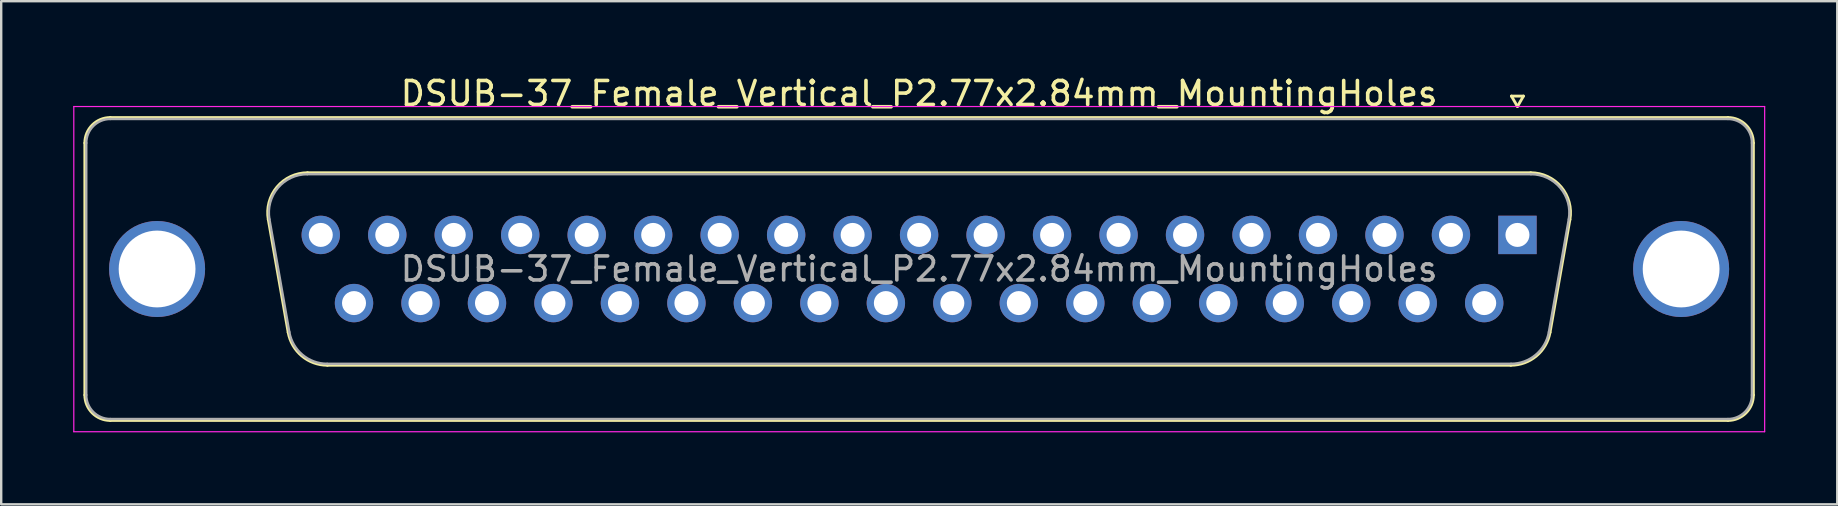
<source format=kicad_pcb>
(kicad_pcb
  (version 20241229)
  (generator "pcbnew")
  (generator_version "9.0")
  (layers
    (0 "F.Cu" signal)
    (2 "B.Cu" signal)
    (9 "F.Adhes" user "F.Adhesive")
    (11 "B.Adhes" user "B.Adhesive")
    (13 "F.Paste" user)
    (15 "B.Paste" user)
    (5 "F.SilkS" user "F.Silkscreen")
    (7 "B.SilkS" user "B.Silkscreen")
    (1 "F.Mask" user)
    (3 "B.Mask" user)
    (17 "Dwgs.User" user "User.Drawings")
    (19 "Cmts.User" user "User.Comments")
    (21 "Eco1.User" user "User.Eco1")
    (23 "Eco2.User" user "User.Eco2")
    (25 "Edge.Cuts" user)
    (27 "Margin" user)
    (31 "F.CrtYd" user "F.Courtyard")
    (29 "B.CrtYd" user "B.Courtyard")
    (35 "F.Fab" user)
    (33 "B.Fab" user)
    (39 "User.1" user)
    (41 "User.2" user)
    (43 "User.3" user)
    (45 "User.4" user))
  (footprint "DSUB-37_Female_Vertical_P2.77x2.84mm_MountingHoles"
    (layer "F.Cu")
    (at 60.175 6.738)
    (property "Reference" "DSUB-37_Female_Vertical_P2.77x2.84mm_MountingHoles" (at -24.93 -5.89 0) (layer "F.SilkS") (effects (font (size 1 1) (thickness 0.15))))
    (attr through_hole)
    (fp_line (start -59.69 6.67) (end -59.69 -3.83) (stroke (width 0.12) (type solid)) (layer "F.SilkS"))
    (fp_line (start -58.63 -4.89) (end 8.77 -4.89) (stroke (width 0.12) (type solid)) (layer "F.SilkS"))
    (fp_line (start -52.046 -0.642) (end -51.218 4.058) (stroke (width 0.12) (type solid)) (layer "F.SilkS"))
    (fp_line (start -50.412 -2.59) (end 0.552 -2.59) (stroke (width 0.12) (type solid)) (layer "F.SilkS"))
    (fp_line (start -49.583 5.43) (end -0.277 5.43) (stroke (width 0.12) (type solid)) (layer "F.SilkS"))
    (fp_line (start -0.25 -5.784) (end 0.25 -5.784) (stroke (width 0.12) (type solid)) (layer "F.SilkS"))
    (fp_line (start 0 -5.351) (end -0.25 -5.784) (stroke (width 0.12) (type solid)) (layer "F.SilkS"))
    (fp_line (start 0.25 -5.784) (end 0 -5.351) (stroke (width 0.12) (type solid)) (layer "F.SilkS"))
    (fp_line (start 2.186 -0.642) (end 1.358 4.058) (stroke (width 0.12) (type solid)) (layer "F.SilkS"))
    (fp_line (start 8.77 7.73) (end -58.63 7.73) (stroke (width 0.12) (type solid)) (layer "F.SilkS"))
    (fp_line (start 9.83 -3.83) (end 9.83 6.67) (stroke (width 0.12) (type solid)) (layer "F.SilkS"))
    (fp_arc (start -59.69 -3.83) (mid -59.379533 -4.579533) (end -58.63 -4.89) (stroke (width 0.12) (type solid)) (layer "F.SilkS"))
    (fp_arc (start -58.63 7.73) (mid -59.379533 7.419533) (end -59.69 6.67) (stroke (width 0.12) (type solid)) (layer "F.SilkS"))
    (fp_arc (start -52.04647 -0.641744) (mid -51.683323 -1.997028) (end -50.411689 -2.59) (stroke (width 0.12) (type solid)) (layer "F.SilkS"))
    (fp_arc (start -49.582952 5.43) (mid -50.649979 5.041634) (end -51.217733 4.058256) (stroke (width 0.12) (type solid)) (layer "F.SilkS"))
    (fp_arc (start 0.551689 -2.59) (mid 1.823323 -1.997027) (end 2.18647 -0.641744) (stroke (width 0.12) (type solid)) (layer "F.SilkS"))
    (fp_arc (start 1.357733 4.058256) (mid 0.78998 5.041634) (end -0.277048 5.43) (stroke (width 0.12) (type solid)) (layer "F.SilkS"))
    (fp_arc (start 8.77 -4.89) (mid 9.519533 -4.579533) (end 9.83 -3.83) (stroke (width 0.12) (type solid)) (layer "F.SilkS"))
    (fp_arc (start 9.83 6.67) (mid 9.519533 7.419533) (end 8.77 7.73) (stroke (width 0.12) (type solid)) (layer "F.SilkS"))
    (fp_line (start -60.15 -5.35) (end -60.15 8.2) (stroke (width 0.05) (type solid)) (layer "F.CrtYd"))
    (fp_line (start -60.15 8.2) (end 10.3 8.2) (stroke (width 0.05) (type solid)) (layer "F.CrtYd"))
    (fp_line (start 10.3 -5.35) (end -60.15 -5.35) (stroke (width 0.05) (type solid)) (layer "F.CrtYd"))
    (fp_line (start 10.3 8.2) (end 10.3 -5.35) (stroke (width 0.05) (type solid)) (layer "F.CrtYd"))
    (fp_line (start -59.63 6.67) (end -59.63 -3.83) (stroke (width 0.1) (type solid)) (layer "F.Fab"))
    (fp_line (start -58.63 -4.83) (end 8.77 -4.83) (stroke (width 0.1) (type solid)) (layer "F.Fab"))
    (fp_line (start -51.999 -0.652) (end -51.17 4.048) (stroke (width 0.1) (type solid)) (layer "F.Fab"))
    (fp_line (start -50.423 -2.53) (end 0.563 -2.53) (stroke (width 0.1) (type solid)) (layer "F.Fab"))
    (fp_line (start -49.594 5.37) (end -0.266 5.37) (stroke (width 0.1) (type solid)) (layer "F.Fab"))
    (fp_line (start 2.139 -0.652) (end 1.31 4.048) (stroke (width 0.1) (type solid)) (layer "F.Fab"))
    (fp_line (start 8.77 7.67) (end -58.63 7.67) (stroke (width 0.1) (type solid)) (layer "F.Fab"))
    (fp_line (start 9.77 -3.83) (end 9.77 6.67) (stroke (width 0.1) (type solid)) (layer "F.Fab"))
    (fp_arc (start -59.63 -3.83) (mid -59.337107 -4.537107) (end -58.63 -4.83) (stroke (width 0.1) (type solid)) (layer "F.Fab"))
    (fp_arc (start -58.63 7.67) (mid -59.337107 7.377107) (end -59.63 6.67) (stroke (width 0.1) (type solid)) (layer "F.Fab"))
    (fp_arc (start -51.998886 -0.652163) (mid -51.648865 -1.95846) (end -50.423194 -2.53) (stroke (width 0.1) (type solid)) (layer "F.Fab"))
    (fp_arc (start -49.594457 5.37) (mid -50.622917 4.995671) (end -51.170149 4.047837) (stroke (width 0.1) (type solid)) (layer "F.Fab"))
    (fp_arc (start 0.563194 -2.53) (mid 1.788865 -1.95846) (end 2.138886 -0.652163) (stroke (width 0.1) (type solid)) (layer "F.Fab"))
    (fp_arc (start 1.310149 4.047837) (mid 0.762917 4.995671) (end -0.265543 5.37) (stroke (width 0.1) (type solid)) (layer "F.Fab"))
    (fp_arc (start 8.77 -4.83) (mid 9.477107 -4.537107) (end 9.77 -3.83) (stroke (width 0.1) (type solid)) (layer "F.Fab"))
    (fp_arc (start 9.77 6.67) (mid 9.477107 7.377107) (end 8.77 7.67) (stroke (width 0.1) (type solid)) (layer "F.Fab"))
    (fp_text user "${REFERENCE}" (at -24.93 1.42 0) (layer "F.Fab") (effects (font (size 1 1) (thickness 0.15))))
    (pad "0" thru_hole circle (at -56.68 1.42) (size 4 4) (drill 3.2) (layers "*.Cu" "*.Mask"))
    (pad "0" thru_hole circle (at 6.82 1.42) (size 4 4) (drill 3.2) (layers "*.Cu" "*.Mask"))
    (pad "1" thru_hole rect (at 0 0) (size 1.6 1.6) (drill 1) (layers "*.Cu" "*.Mask"))
    (pad "2" thru_hole circle (at -2.77 0) (size 1.6 1.6) (drill 1) (layers "*.Cu" "*.Mask"))
    (pad "3" thru_hole circle (at -5.54 0) (size 1.6 1.6) (drill 1) (layers "*.Cu" "*.Mask"))
    (pad "4" thru_hole circle (at -8.31 0) (size 1.6 1.6) (drill 1) (layers "*.Cu" "*.Mask"))
    (pad "5" thru_hole circle (at -11.08 0) (size 1.6 1.6) (drill 1) (layers "*.Cu" "*.Mask"))
    (pad "6" thru_hole circle (at -13.85 0) (size 1.6 1.6) (drill 1) (layers "*.Cu" "*.Mask"))
    (pad "7" thru_hole circle (at -16.62 0) (size 1.6 1.6) (drill 1) (layers "*.Cu" "*.Mask"))
    (pad "8" thru_hole circle (at -19.39 0) (size 1.6 1.6) (drill 1) (layers "*.Cu" "*.Mask"))
    (pad "9" thru_hole circle (at -22.16 0) (size 1.6 1.6) (drill 1) (layers "*.Cu" "*.Mask"))
    (pad "10" thru_hole circle (at -24.93 0) (size 1.6 1.6) (drill 1) (layers "*.Cu" "*.Mask"))
    (pad "11" thru_hole circle (at -27.7 0) (size 1.6 1.6) (drill 1) (layers "*.Cu" "*.Mask"))
    (pad "12" thru_hole circle (at -30.47 0) (size 1.6 1.6) (drill 1) (layers "*.Cu" "*.Mask"))
    (pad "13" thru_hole circle (at -33.24 0) (size 1.6 1.6) (drill 1) (layers "*.Cu" "*.Mask"))
    (pad "14" thru_hole circle (at -36.01 0) (size 1.6 1.6) (drill 1) (layers "*.Cu" "*.Mask"))
    (pad "15" thru_hole circle (at -38.78 0) (size 1.6 1.6) (drill 1) (layers "*.Cu" "*.Mask"))
    (pad "16" thru_hole circle (at -41.55 0) (size 1.6 1.6) (drill 1) (layers "*.Cu" "*.Mask"))
    (pad "17" thru_hole circle (at -44.32 0) (size 1.6 1.6) (drill 1) (layers "*.Cu" "*.Mask"))
    (pad "18" thru_hole circle (at -47.09 0) (size 1.6 1.6) (drill 1) (layers "*.Cu" "*.Mask"))
    (pad "19" thru_hole circle (at -49.86 0) (size 1.6 1.6) (drill 1) (layers "*.Cu" "*.Mask"))
    (pad "20" thru_hole circle (at -1.385 2.84) (size 1.6 1.6) (drill 1) (layers "*.Cu" "*.Mask"))
    (pad "21" thru_hole circle (at -4.155 2.84) (size 1.6 1.6) (drill 1) (layers "*.Cu" "*.Mask"))
    (pad "22" thru_hole circle (at -6.925 2.84) (size 1.6 1.6) (drill 1) (layers "*.Cu" "*.Mask"))
    (pad "23" thru_hole circle (at -9.695 2.84) (size 1.6 1.6) (drill 1) (layers "*.Cu" "*.Mask"))
    (pad "24" thru_hole circle (at -12.465 2.84) (size 1.6 1.6) (drill 1) (layers "*.Cu" "*.Mask"))
    (pad "25" thru_hole circle (at -15.235 2.84) (size 1.6 1.6) (drill 1) (layers "*.Cu" "*.Mask"))
    (pad "26" thru_hole circle (at -18.005 2.84) (size 1.6 1.6) (drill 1) (layers "*.Cu" "*.Mask"))
    (pad "27" thru_hole circle (at -20.775 2.84) (size 1.6 1.6) (drill 1) (layers "*.Cu" "*.Mask"))
    (pad "28" thru_hole circle (at -23.545 2.84) (size 1.6 1.6) (drill 1) (layers "*.Cu" "*.Mask"))
    (pad "29" thru_hole circle (at -26.315 2.84) (size 1.6 1.6) (drill 1) (layers "*.Cu" "*.Mask"))
    (pad "30" thru_hole circle (at -29.085 2.84) (size 1.6 1.6) (drill 1) (layers "*.Cu" "*.Mask"))
    (pad "31" thru_hole circle (at -31.855 2.84) (size 1.6 1.6) (drill 1) (layers "*.Cu" "*.Mask"))
    (pad "32" thru_hole circle (at -34.625 2.84) (size 1.6 1.6) (drill 1) (layers "*.Cu" "*.Mask"))
    (pad "33" thru_hole circle (at -37.395 2.84) (size 1.6 1.6) (drill 1) (layers "*.Cu" "*.Mask"))
    (pad "34" thru_hole circle (at -40.165 2.84) (size 1.6 1.6) (drill 1) (layers "*.Cu" "*.Mask"))
    (pad "35" thru_hole circle (at -42.935 2.84) (size 1.6 1.6) (drill 1) (layers "*.Cu" "*.Mask"))
    (pad "36" thru_hole circle (at -45.705 2.84) (size 1.6 1.6) (drill 1) (layers "*.Cu" "*.Mask"))
    (pad "37" thru_hole circle (at -48.475 2.84) (size 1.6 1.6) (drill 1) (layers "*.Cu" "*.Mask")))
  (gr_rect
    (start -3 -3)
    (end 73.5 17.963)
    (stroke (width 0.1) (type default))
    (fill no)
    (layer "Edge.Cuts")))
</source>
